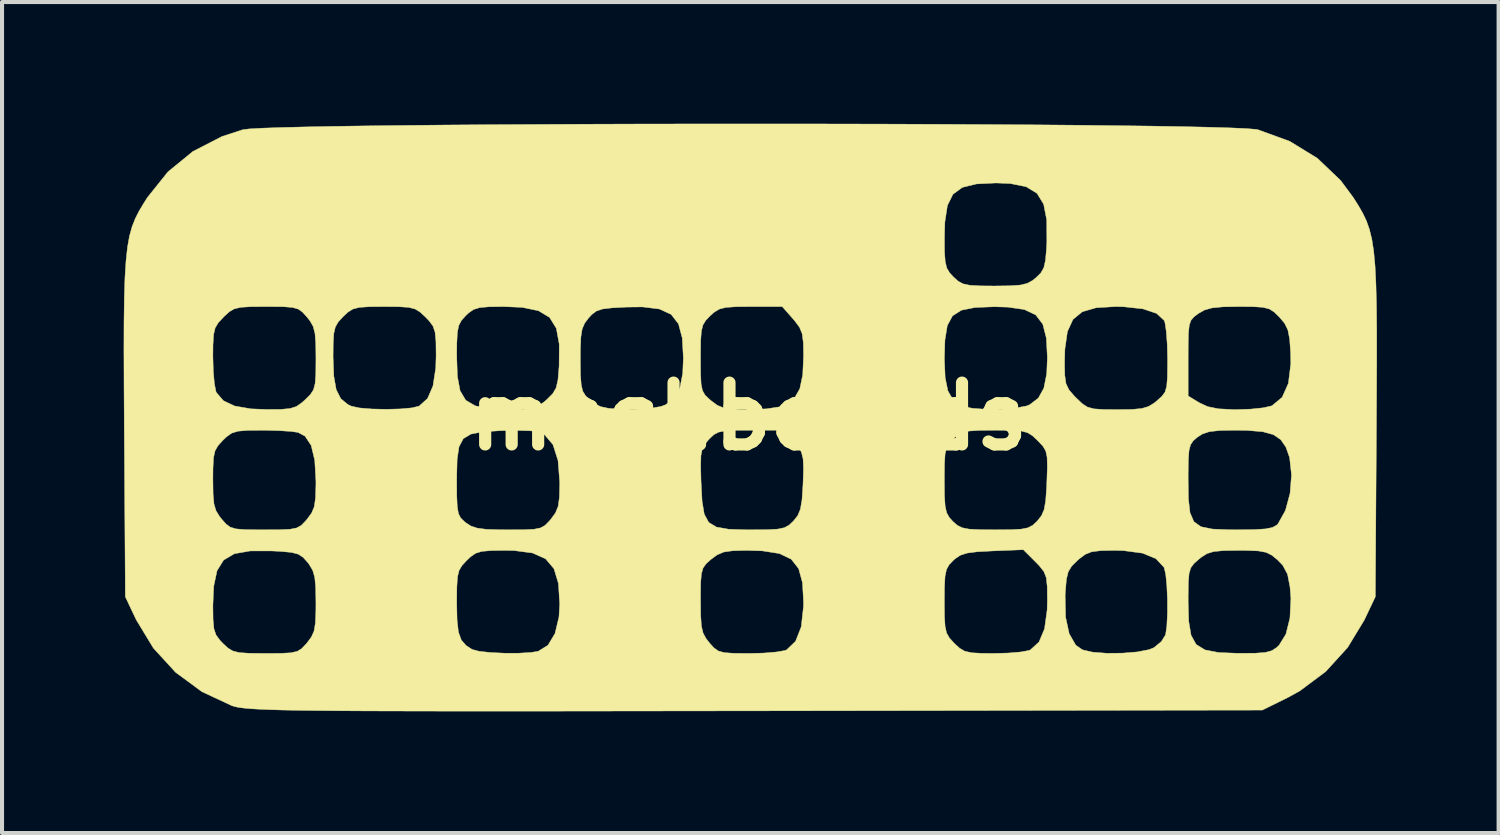
<source format=kicad_pcb>
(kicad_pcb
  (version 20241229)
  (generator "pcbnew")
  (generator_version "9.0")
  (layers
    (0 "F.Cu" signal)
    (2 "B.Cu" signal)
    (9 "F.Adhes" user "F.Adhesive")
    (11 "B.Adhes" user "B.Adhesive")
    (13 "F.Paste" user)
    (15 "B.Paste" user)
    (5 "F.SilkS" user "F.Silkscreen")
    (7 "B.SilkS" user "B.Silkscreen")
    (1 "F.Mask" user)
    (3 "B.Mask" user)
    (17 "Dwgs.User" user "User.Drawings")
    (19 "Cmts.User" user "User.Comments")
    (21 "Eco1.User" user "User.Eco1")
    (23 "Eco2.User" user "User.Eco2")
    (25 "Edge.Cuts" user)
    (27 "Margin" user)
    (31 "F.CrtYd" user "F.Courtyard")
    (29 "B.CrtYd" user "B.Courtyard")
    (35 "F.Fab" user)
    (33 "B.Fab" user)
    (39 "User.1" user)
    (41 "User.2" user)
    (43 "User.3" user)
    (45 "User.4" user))
  (footprint "mechboards"
    (layer "F.Cu")
    (at 15.407 7.218)
    (property "Reference" "mechboards" (at 0 0 0) (layer "F.SilkS") (effects (font (size 1.524 1.524) (thickness 0.3))))
    (attr through_hole)
    (fp_poly (pts (xy 1.036 -7.213) (xy 2.307 -7.211) (xy 3.557 -7.208) (xy 4.774 -7.203) (xy 5.946 -7.197) (xy 7.061 -7.19) (xy 8.107 -7.181) (xy 9.073 -7.17) (xy 9.946 -7.159) (xy 10.714 -7.146) (xy 11.366 -7.131) (xy 11.89 -7.115) (xy 12.274 -7.098) (xy 12.505 -7.079) (xy 12.557 -7.07) (xy 13.34 -6.785) (xy 14.022 -6.367) (xy 14.597 -5.818) (xy 14.905 -5.403) (xy 15.034 -5.199) (xy 15.143 -5.01) (xy 15.234 -4.818) (xy 15.307 -4.609) (xy 15.366 -4.368) (xy 15.411 -4.077) (xy 15.444 -3.722) (xy 15.466 -3.287) (xy 15.48 -2.756) (xy 15.486 -2.114) (xy 15.486 -1.345) (xy 15.482 -0.433) (xy 15.478 0.296) (xy 15.452 4.445) (xy 15.179 5.02) (xy 14.769 5.696) (xy 14.228 6.29) (xy 13.587 6.768) (xy 13.302 6.925) (xy 12.666 7.239) (xy 0.174 7.258) (xy -1.531 7.26) (xy -3.074 7.262) (xy -4.465 7.264) (xy -5.712 7.265) (xy -6.822 7.265) (xy -7.804 7.264) (xy -8.667 7.262) (xy -9.418 7.26) (xy -10.066 7.256) (xy -10.62 7.251) (xy -11.087 7.245) (xy -11.476 7.238) (xy -11.795 7.229) (xy -12.052 7.218) (xy -12.256 7.207) (xy -12.416 7.193) (xy -12.538 7.178) (xy -12.632 7.161) (xy -12.705 7.142) (xy -12.743 7.13) (xy -13.476 6.788) (xy -14.128 6.308) (xy -14.675 5.711) (xy -15.095 5.019) (xy -15.096 5.017) (xy -15.266 4.659) (xy -13.208 4.659) (xy -13.204 5.006) (xy -13.183 5.232) (xy -13.132 5.385) (xy -13.039 5.513) (xy -12.961 5.595) (xy -12.837 5.71) (xy -12.717 5.782) (xy -12.559 5.822) (xy -12.321 5.838) (xy -11.96 5.842) (xy -11.91 5.842) (xy -11.535 5.84) (xy -11.289 5.827) (xy -11.131 5.792) (xy -11.021 5.726) (xy -10.918 5.617) (xy -10.887 5.582) (xy -10.78 5.438) (xy -10.714 5.29) (xy -10.681 5.091) (xy -10.669 4.794) (xy -10.668 4.592) (xy -7.197 4.592) (xy -7.188 5.019) (xy -7.155 5.313) (xy -7.084 5.511) (xy -6.965 5.648) (xy -6.816 5.744) (xy -6.647 5.789) (xy -6.364 5.82) (xy -6.019 5.836) (xy -5.668 5.836) (xy -5.363 5.818) (xy -5.187 5.789) (xy -4.947 5.64) (xy -4.774 5.352) (xy -4.676 4.945) (xy -4.657 4.621) (xy -4.663 4.531) (xy -1.185 4.531) (xy -1.181 4.91) (xy -1.164 5.165) (xy -1.123 5.338) (xy -1.05 5.474) (xy -0.966 5.582) (xy -0.855 5.705) (xy -0.746 5.782) (xy -0.599 5.823) (xy -0.37 5.839) (xy -0.017 5.842) (xy 0.013 5.842) (xy 0.373 5.833) (xy 0.683 5.807) (xy 0.892 5.771) (xy 0.936 5.755) (xy 1.158 5.542) (xy 1.297 5.186) (xy 1.353 4.684) (xy 1.355 4.572) (xy 1.353 4.551) (xy 4.826 4.551) (xy 4.829 4.926) (xy 4.844 5.174) (xy 4.881 5.338) (xy 4.95 5.46) (xy 5.062 5.583) (xy 5.073 5.595) (xy 5.204 5.715) (xy 5.331 5.788) (xy 5.5 5.826) (xy 5.757 5.84) (xy 6.053 5.842) (xy 6.407 5.832) (xy 6.71 5.806) (xy 6.912 5.769) (xy 6.947 5.755) (xy 7.16 5.559) (xy 7.296 5.235) (xy 7.36 4.77) (xy 7.366 4.525) (xy 7.365 4.419) (xy 7.804 4.419) (xy 7.815 4.946) (xy 7.904 5.358) (xy 8.066 5.638) (xy 8.23 5.753) (xy 8.482 5.811) (xy 8.829 5.838) (xy 9.215 5.835) (xy 9.582 5.805) (xy 9.875 5.748) (xy 9.993 5.7) (xy 10.176 5.549) (xy 10.28 5.383) (xy 10.28 5.383) (xy 10.311 5.168) (xy 10.326 4.858) (xy 10.326 4.563) (xy 10.837 4.563) (xy 10.851 5.049) (xy 10.909 5.394) (xy 11.034 5.621) (xy 11.252 5.755) (xy 11.587 5.82) (xy 12.063 5.839) (xy 12.132 5.839) (xy 12.499 5.836) (xy 12.74 5.818) (xy 12.898 5.775) (xy 13.016 5.699) (xy 13.078 5.641) (xy 13.247 5.367) (xy 13.346 4.971) (xy 13.37 4.487) (xy 13.348 4.204) (xy 13.287 3.89) (xy 13.169 3.669) (xy 13.04 3.535) (xy 12.899 3.42) (xy 12.757 3.35) (xy 12.568 3.315) (xy 12.284 3.303) (xy 12.07 3.302) (xy 11.709 3.307) (xy 11.469 3.33) (xy 11.302 3.381) (xy 11.16 3.471) (xy 11.098 3.521) (xy 10.978 3.628) (xy 10.902 3.731) (xy 10.86 3.87) (xy 10.842 4.086) (xy 10.837 4.417) (xy 10.837 4.563) (xy 10.326 4.563) (xy 10.326 4.505) (xy 10.311 4.164) (xy 10.283 3.885) (xy 10.243 3.722) (xy 10.242 3.721) (xy 10.043 3.506) (xy 9.712 3.37) (xy 9.24 3.307) (xy 9.023 3.302) (xy 8.685 3.308) (xy 8.463 3.335) (xy 8.303 3.398) (xy 8.151 3.511) (xy 8.11 3.547) (xy 7.967 3.688) (xy 7.881 3.827) (xy 7.835 4.017) (xy 7.81 4.308) (xy 7.804 4.419) (xy 7.365 4.419) (xy 7.362 4.192) (xy 7.339 3.976) (xy 7.28 3.824) (xy 7.169 3.683) (xy 7.07 3.581) (xy 6.773 3.285) (xy 6.018 3.315) (xy 5.642 3.335) (xy 5.391 3.367) (xy 5.222 3.421) (xy 5.091 3.508) (xy 5.044 3.55) (xy 4.942 3.658) (xy 4.878 3.774) (xy 4.843 3.941) (xy 4.829 4.198) (xy 4.826 4.551) (xy 1.353 4.551) (xy 1.328 4.098) (xy 1.234 3.753) (xy 1.052 3.52) (xy 0.761 3.38) (xy 0.342 3.314) (xy -0.048 3.302) (xy -0.387 3.31) (xy -0.612 3.342) (xy -0.778 3.413) (xy -0.925 3.521) (xy -1.047 3.63) (xy -1.123 3.736) (xy -1.164 3.879) (xy -1.182 4.102) (xy -1.185 4.444) (xy -1.185 4.531) (xy -4.663 4.531) (xy -4.689 4.118) (xy -4.799 3.753) (xy -5.006 3.509) (xy -5.327 3.366) (xy -5.781 3.306) (xy -5.994 3.302) (xy -6.347 3.306) (xy -6.577 3.326) (xy -6.731 3.373) (xy -6.857 3.461) (xy -6.949 3.549) (xy -7.065 3.674) (xy -7.138 3.795) (xy -7.177 3.954) (xy -7.193 4.194) (xy -7.197 4.558) (xy -7.197 4.592) (xy -10.668 4.592) (xy -10.668 4.587) (xy -10.674 4.216) (xy -10.697 3.967) (xy -10.747 3.794) (xy -10.833 3.649) (xy -10.871 3.599) (xy -10.984 3.473) (xy -11.103 3.395) (xy -11.275 3.351) (xy -11.545 3.326) (xy -11.763 3.315) (xy -12.291 3.316) (xy -12.678 3.384) (xy -12.943 3.54) (xy -13.106 3.802) (xy -13.188 4.187) (xy -13.208 4.659) (xy -15.266 4.659) (xy -15.367 4.445) (xy -15.385 1.553) (xy -13.208 1.553) (xy -13.203 1.916) (xy -13.181 2.157) (xy -13.131 2.325) (xy -13.043 2.467) (xy -12.989 2.534) (xy -12.883 2.653) (xy -12.78 2.729) (xy -12.642 2.771) (xy -12.428 2.789) (xy -12.1 2.794) (xy -11.938 2.794) (xy -11.556 2.792) (xy -11.304 2.78) (xy -11.142 2.748) (xy -11.03 2.686) (xy -10.93 2.584) (xy -10.887 2.534) (xy -10.775 2.382) (xy -10.709 2.225) (xy -10.678 2.01) (xy -10.668 1.689) (xy -10.668 1.598) (xy -10.669 1.573) (xy -7.197 1.573) (xy -7.195 1.967) (xy -7.183 2.228) (xy -7.154 2.394) (xy -7.099 2.502) (xy -7.011 2.588) (xy -6.974 2.619) (xy -6.844 2.702) (xy -6.686 2.754) (xy -6.459 2.783) (xy -6.122 2.793) (xy -5.923 2.794) (xy -5.542 2.792) (xy -5.29 2.78) (xy -5.129 2.747) (xy -5.018 2.685) (xy -4.917 2.582) (xy -4.876 2.534) (xy -4.762 2.378) (xy -4.696 2.216) (xy -4.665 1.995) (xy -4.657 1.662) (xy -4.657 1.623) (xy -4.689 1.208) (xy -1.182 1.208) (xy -1.174 1.573) (xy -1.171 1.637) (xy -1.147 2.09) (xy -1.094 2.407) (xy -0.984 2.611) (xy -0.792 2.727) (xy -0.49 2.78) (xy -0.052 2.794) (xy 0.079 2.794) (xy 0.463 2.791) (xy 0.717 2.777) (xy 0.882 2.742) (xy 0.998 2.679) (xy 1.103 2.58) (xy 1.107 2.576) (xy 1.212 2.443) (xy 1.277 2.285) (xy 1.316 2.056) (xy 1.339 1.712) (xy 1.342 1.643) (xy 1.345 1.566) (xy 4.826 1.566) (xy 4.829 1.949) (xy 4.845 2.204) (xy 4.881 2.37) (xy 4.947 2.489) (xy 5.034 2.586) (xy 5.143 2.682) (xy 5.263 2.743) (xy 5.434 2.777) (xy 5.697 2.791) (xy 6.077 2.794) (xy 6.464 2.791) (xy 6.722 2.777) (xy 6.888 2.744) (xy 7.004 2.683) (xy 7.109 2.586) (xy 7.118 2.576) (xy 7.22 2.448) (xy 7.285 2.298) (xy 7.324 2.081) (xy 7.347 1.755) (xy 7.353 1.604) (xy 7.355 1.557) (xy 10.837 1.557) (xy 10.844 2.037) (xy 10.883 2.374) (xy 10.977 2.592) (xy 11.152 2.718) (xy 11.434 2.776) (xy 11.847 2.793) (xy 12.055 2.794) (xy 12.465 2.789) (xy 12.74 2.772) (xy 12.912 2.738) (xy 13.017 2.681) (xy 13.052 2.646) (xy 13.235 2.318) (xy 13.349 1.895) (xy 13.385 1.44) (xy 13.338 1.013) (xy 13.246 0.754) (xy 13.119 0.571) (xy 12.939 0.448) (xy 12.676 0.376) (xy 12.298 0.344) (xy 11.986 0.339) (xy 11.613 0.346) (xy 11.362 0.374) (xy 11.188 0.432) (xy 11.06 0.514) (xy 10.96 0.602) (xy 10.895 0.699) (xy 10.858 0.842) (xy 10.842 1.068) (xy 10.837 1.415) (xy 10.837 1.557) (xy 7.355 1.557) (xy 7.365 1.243) (xy 7.359 1.006) (xy 7.326 0.851) (xy 7.256 0.732) (xy 7.138 0.606) (xy 7.127 0.595) (xy 6.999 0.475) (xy 6.879 0.4) (xy 6.723 0.359) (xy 6.489 0.342) (xy 6.134 0.339) (xy 6.073 0.339) (xy 5.691 0.342) (xy 5.437 0.359) (xy 5.269 0.398) (xy 5.144 0.467) (xy 5.05 0.546) (xy 4.946 0.653) (xy 4.88 0.767) (xy 4.844 0.927) (xy 4.829 1.174) (xy 4.826 1.549) (xy 4.826 1.566) (xy 1.345 1.566) (xy 1.353 1.285) (xy 1.343 1.047) (xy 1.302 0.88) (xy 1.22 0.733) (xy 1.147 0.633) (xy 0.923 0.339) (xy 0.076 0.339) (xy -0.312 0.341) (xy -0.57 0.354) (xy -0.738 0.386) (xy -0.854 0.446) (xy -0.958 0.542) (xy -0.985 0.571) (xy -1.083 0.687) (xy -1.144 0.805) (xy -1.175 0.965) (xy -1.182 1.208) (xy -4.689 1.208) (xy -4.699 1.086) (xy -4.823 0.696) (xy -5.029 0.452) (xy -5.203 0.375) (xy -5.385 0.353) (xy -5.681 0.344) (xy -6.034 0.348) (xy -6.128 0.351) (xy -6.552 0.378) (xy -6.846 0.434) (xy -7.034 0.547) (xy -7.139 0.744) (xy -7.186 1.053) (xy -7.197 1.499) (xy -7.197 1.573) (xy -10.669 1.573) (xy -10.697 1.082) (xy -10.785 0.714) (xy -10.937 0.485) (xy -11.109 0.393) (xy -11.283 0.368) (xy -11.571 0.35) (xy -11.919 0.34) (xy -12.008 0.34) (xy -12.36 0.343) (xy -12.589 0.363) (xy -12.743 0.41) (xy -12.868 0.498) (xy -12.961 0.586) (xy -13.081 0.718) (xy -13.155 0.846) (xy -13.193 1.018) (xy -13.206 1.278) (xy -13.208 1.553) (xy -15.385 1.553) (xy -15.393 0.296) (xy -15.399 -0.724) (xy -15.401 -1.47) (xy -13.208 -1.47) (xy -13.198 -1.118) (xy -13.172 -0.818) (xy -13.134 -0.62) (xy -13.121 -0.589) (xy -12.949 -0.389) (xy -12.672 -0.258) (xy -12.269 -0.188) (xy -11.883 -0.173) (xy -11.535 -0.175) (xy -11.306 -0.196) (xy -11.149 -0.246) (xy -11.015 -0.34) (xy -10.931 -0.415) (xy -10.806 -0.539) (xy -10.729 -0.656) (xy -10.688 -0.81) (xy -10.671 -1.044) (xy -10.668 -1.401) (xy -10.668 -1.424) (xy -10.668 -1.465) (xy -10.245 -1.465) (xy -10.227 -0.995) (xy -10.168 -0.663) (xy -10.055 -0.439) (xy -9.879 -0.294) (xy -9.791 -0.253) (xy -9.593 -0.21) (xy -9.291 -0.185) (xy -8.939 -0.177) (xy -8.592 -0.186) (xy -8.303 -0.212) (xy -8.126 -0.255) (xy -8.123 -0.257) (xy -7.916 -0.443) (xy -7.782 -0.752) (xy -7.714 -1.195) (xy -7.705 -1.489) (xy -7.197 -1.489) (xy -7.18 -0.991) (xy -7.114 -0.636) (xy -6.975 -0.401) (xy -6.739 -0.262) (xy -6.384 -0.194) (xy -5.907 -0.175) (xy -5.566 -0.177) (xy -5.342 -0.2) (xy -5.184 -0.257) (xy -5.038 -0.362) (xy -4.979 -0.413) (xy -4.832 -0.559) (xy -4.746 -0.705) (xy -4.7 -0.906) (xy -4.674 -1.218) (xy -4.672 -1.252) (xy -4.671 -1.407) (xy -4.149 -1.407) (xy -4.145 -1.029) (xy -4.127 -0.781) (xy -4.089 -0.622) (xy -4.021 -0.513) (xy -3.958 -0.449) (xy -3.803 -0.321) (xy -3.648 -0.242) (xy -3.447 -0.199) (xy -3.154 -0.181) (xy -2.896 -0.176) (xy -2.481 -0.192) (xy -2.162 -0.246) (xy -2.044 -0.29) (xy -1.831 -0.454) (xy -1.695 -0.7) (xy -1.625 -1.058) (xy -1.609 -1.431) (xy -1.185 -1.431) (xy -1.183 -1.051) (xy -1.171 -0.801) (xy -1.138 -0.64) (xy -1.075 -0.529) (xy -0.971 -0.428) (xy -0.925 -0.389) (xy -0.773 -0.276) (xy -0.616 -0.211) (xy -0.402 -0.179) (xy -0.08 -0.17) (xy 0.011 -0.169) (xy 0.442 -0.188) (xy 0.773 -0.239) (xy 0.919 -0.29) (xy 1.127 -0.448) (xy 1.262 -0.683) (xy 1.334 -1.026) (xy 1.352 -1.421) (xy 4.826 -1.421) (xy 4.846 -0.958) (xy 4.913 -0.631) (xy 5.039 -0.413) (xy 5.234 -0.273) (xy 5.28 -0.253) (xy 5.514 -0.201) (xy 5.848 -0.177) (xy 6.222 -0.179) (xy 6.575 -0.207) (xy 6.848 -0.258) (xy 6.93 -0.29) (xy 7.143 -0.453) (xy 7.279 -0.699) (xy 7.35 -1.057) (xy 7.361 -1.334) (xy 7.789 -1.334) (xy 7.795 -1.016) (xy 7.825 -0.809) (xy 7.898 -0.657) (xy 8.032 -0.502) (xy 8.077 -0.457) (xy 8.224 -0.317) (xy 8.354 -0.232) (xy 8.514 -0.188) (xy 8.751 -0.172) (xy 9.087 -0.169) (xy 9.45 -0.174) (xy 9.691 -0.196) (xy 9.859 -0.246) (xy 10.001 -0.333) (xy 10.069 -0.389) (xy 10.19 -0.497) (xy 10.266 -0.601) (xy 10.308 -0.743) (xy 10.325 -0.963) (xy 10.329 -1.301) (xy 10.329 -1.41) (xy 10.329 -1.432) (xy 10.837 -1.432) (xy 10.837 -0.506) (xy 11.113 -0.338) (xy 11.321 -0.242) (xy 11.583 -0.189) (xy 11.951 -0.17) (xy 12.04 -0.17) (xy 12.385 -0.182) (xy 12.689 -0.214) (xy 12.891 -0.26) (xy 12.904 -0.266) (xy 13.153 -0.471) (xy 13.308 -0.817) (xy 13.368 -1.302) (xy 13.363 -1.572) (xy 13.339 -1.911) (xy 13.295 -2.134) (xy 13.215 -2.297) (xy 13.085 -2.451) (xy 12.958 -2.575) (xy 12.838 -2.651) (xy 12.679 -2.691) (xy 12.439 -2.707) (xy 12.083 -2.709) (xy 11.694 -2.703) (xy 11.428 -2.677) (xy 11.241 -2.625) (xy 11.088 -2.538) (xy 11.083 -2.534) (xy 10.976 -2.453) (xy 10.905 -2.368) (xy 10.864 -2.245) (xy 10.844 -2.048) (xy 10.838 -1.743) (xy 10.837 -1.432) (xy 10.329 -1.432) (xy 10.321 -1.778) (xy 10.298 -2.094) (xy 10.265 -2.311) (xy 10.246 -2.367) (xy 10.06 -2.54) (xy 9.722 -2.653) (xy 9.238 -2.706) (xy 9.042 -2.709) (xy 8.57 -2.681) (xy 8.228 -2.582) (xy 7.997 -2.392) (xy 7.86 -2.092) (xy 7.798 -1.66) (xy 7.789 -1.334) (xy 7.361 -1.334) (xy 7.366 -1.449) (xy 7.341 -1.93) (xy 7.253 -2.275) (xy 7.079 -2.504) (xy 6.798 -2.637) (xy 6.388 -2.696) (xy 6.054 -2.705) (xy 5.582 -2.687) (xy 5.247 -2.62) (xy 5.027 -2.48) (xy 4.899 -2.242) (xy 4.84 -1.882) (xy 4.826 -1.421) (xy 1.352 -1.421) (xy 1.355 -1.483) (xy 1.349 -1.816) (xy 1.321 -2.037) (xy 1.255 -2.199) (xy 1.135 -2.36) (xy 1.092 -2.41) (xy 0.829 -2.709) (xy 0.059 -2.709) (xy -0.312 -2.706) (xy -0.557 -2.689) (xy -0.72 -2.648) (xy -0.844 -2.574) (xy -0.948 -2.482) (xy -1.057 -2.368) (xy -1.127 -2.254) (xy -1.165 -2.098) (xy -1.182 -1.861) (xy -1.185 -1.502) (xy -1.185 -1.431) (xy -1.609 -1.431) (xy -1.609 -1.448) (xy -1.636 -1.933) (xy -1.729 -2.283) (xy -1.91 -2.516) (xy -2.198 -2.649) (xy -2.613 -2.701) (xy -3.003 -2.697) (xy -3.365 -2.678) (xy -3.6 -2.65) (xy -3.753 -2.599) (xy -3.867 -2.513) (xy -3.944 -2.429) (xy -4.042 -2.3) (xy -4.103 -2.158) (xy -4.135 -1.961) (xy -4.147 -1.667) (xy -4.149 -1.407) (xy -4.671 -1.407) (xy -4.669 -1.783) (xy -4.741 -2.173) (xy -4.906 -2.441) (xy -5.181 -2.607) (xy -5.584 -2.69) (xy -6.038 -2.709) (xy -6.394 -2.705) (xy -6.627 -2.685) (xy -6.781 -2.638) (xy -6.903 -2.553) (xy -6.973 -2.486) (xy -7.08 -2.368) (xy -7.146 -2.244) (xy -7.181 -2.071) (xy -7.194 -1.808) (xy -7.197 -1.489) (xy -7.705 -1.489) (xy -7.705 -1.513) (xy -7.709 -1.856) (xy -7.731 -2.079) (xy -7.783 -2.231) (xy -7.881 -2.362) (xy -7.965 -2.449) (xy -8.098 -2.573) (xy -8.221 -2.649) (xy -8.381 -2.69) (xy -8.622 -2.706) (xy -8.987 -2.709) (xy -8.988 -2.709) (xy -9.354 -2.706) (xy -9.595 -2.69) (xy -9.755 -2.649) (xy -9.878 -2.573) (xy -9.997 -2.462) (xy -10.116 -2.333) (xy -10.189 -2.208) (xy -10.228 -2.042) (xy -10.242 -1.79) (xy -10.245 -1.465) (xy -10.668 -1.465) (xy -10.672 -1.798) (xy -10.691 -2.047) (xy -10.735 -2.218) (xy -10.813 -2.356) (xy -10.887 -2.449) (xy -10.996 -2.571) (xy -11.102 -2.647) (xy -11.245 -2.688) (xy -11.468 -2.706) (xy -11.81 -2.709) (xy -11.897 -2.709) (xy -12.269 -2.707) (xy -12.516 -2.692) (xy -12.679 -2.654) (xy -12.803 -2.583) (xy -12.929 -2.467) (xy -12.947 -2.449) (xy -13.075 -2.312) (xy -13.152 -2.184) (xy -13.191 -2.017) (xy -13.206 -1.764) (xy -13.208 -1.47) (xy -15.401 -1.47) (xy -15.402 -1.592) (xy -15.4 -2.321) (xy -15.392 -2.928) (xy -15.376 -3.428) (xy -15.35 -3.837) (xy -15.314 -4.171) (xy -15.267 -4.435) (xy 4.828 -4.435) (xy 4.83 -4.064) (xy 4.847 -3.82) (xy 4.886 -3.659) (xy 4.958 -3.539) (xy 5.049 -3.441) (xy 5.166 -3.335) (xy 5.289 -3.269) (xy 5.459 -3.234) (xy 5.719 -3.22) (xy 6.06 -3.217) (xy 6.442 -3.222) (xy 6.697 -3.24) (xy 6.869 -3.281) (xy 7.001 -3.353) (xy 7.085 -3.421) (xy 7.204 -3.538) (xy 7.278 -3.667) (xy 7.32 -3.853) (xy 7.345 -4.144) (xy 7.353 -4.313) (xy 7.35 -4.844) (xy 7.274 -5.234) (xy 7.11 -5.501) (xy 6.841 -5.665) (xy 6.451 -5.743) (xy 6.099 -5.757) (xy 5.615 -5.733) (xy 5.268 -5.647) (xy 5.037 -5.477) (xy 4.901 -5.2) (xy 4.839 -4.796) (xy 4.828 -4.435) (xy -15.267 -4.435) (xy -15.265 -4.445) (xy -15.202 -4.675) (xy -15.123 -4.877) (xy -15.027 -5.066) (xy -14.912 -5.259) (xy -14.82 -5.403) (xy -14.316 -6.032) (xy -13.702 -6.534) (xy -12.982 -6.904) (xy -12.472 -7.07) (xy -12.312 -7.09) (xy -11.995 -7.108) (xy -11.532 -7.124) (xy -10.936 -7.139) (xy -10.218 -7.153) (xy -9.391 -7.165) (xy -8.465 -7.176) (xy -7.453 -7.186) (xy -6.367 -7.194) (xy -5.219 -7.2) (xy -4.021 -7.206) (xy -2.785 -7.21) (xy -1.522 -7.212) (xy -0.244 -7.213) (xy 1.036 -7.213)) (stroke (width 0.01) (type solid)) (fill yes) (layer "F.SilkS")))
  (gr_rect
    (start -3 -3)
    (end 33.898 17.488)
    (stroke (width 0.1) (type default))
    (fill no)
    (layer "Edge.Cuts")))
</source>
